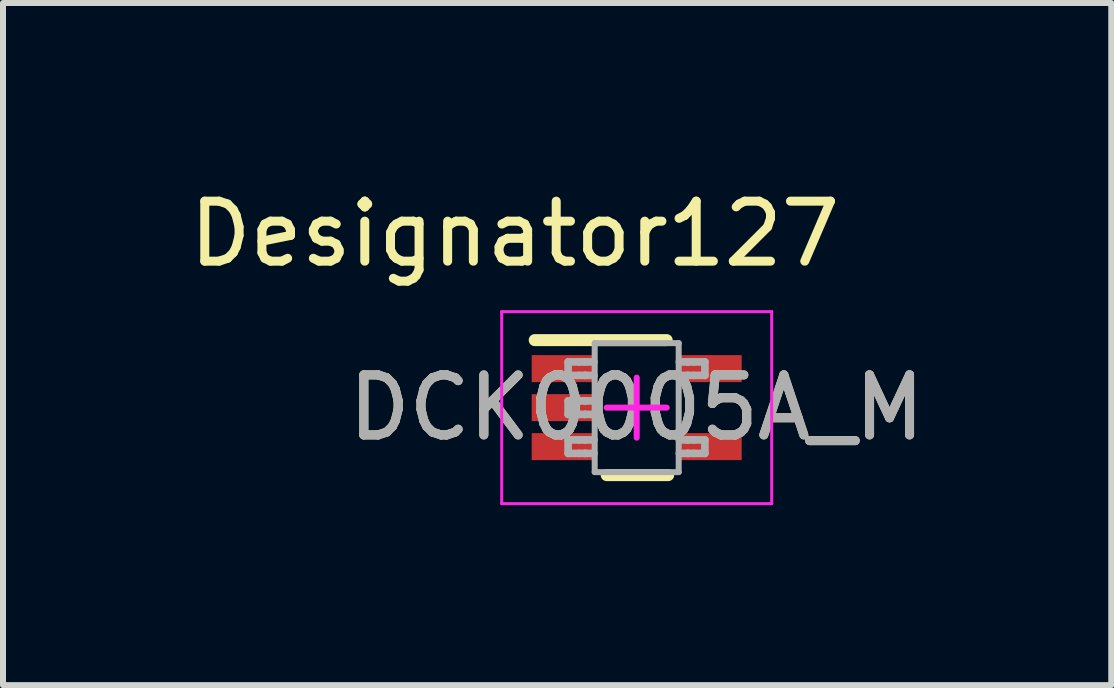
<source format=kicad_pcb>
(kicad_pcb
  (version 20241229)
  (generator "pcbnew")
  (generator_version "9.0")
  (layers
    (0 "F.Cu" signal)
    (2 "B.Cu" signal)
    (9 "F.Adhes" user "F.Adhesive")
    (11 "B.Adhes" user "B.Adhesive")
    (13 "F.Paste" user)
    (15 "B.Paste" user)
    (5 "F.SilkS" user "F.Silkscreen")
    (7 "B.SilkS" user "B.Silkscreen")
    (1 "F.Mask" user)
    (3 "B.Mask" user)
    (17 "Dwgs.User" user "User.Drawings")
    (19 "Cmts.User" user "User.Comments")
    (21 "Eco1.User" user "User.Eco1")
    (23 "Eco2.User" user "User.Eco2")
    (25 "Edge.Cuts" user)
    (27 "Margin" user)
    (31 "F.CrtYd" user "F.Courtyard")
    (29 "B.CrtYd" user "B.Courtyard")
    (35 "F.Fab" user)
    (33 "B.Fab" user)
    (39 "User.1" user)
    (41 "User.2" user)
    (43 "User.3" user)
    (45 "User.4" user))
  (footprint "DCK0005A_M"
    (layer "F.Cu")
    (at 7.562 3.744)
    (property "Reference" "DCK0005A_M" (at 0 0 0) (unlocked yes) (layer "F.SilkS") (effects (font (size 1 1) (thickness 0.15))))
    (attr smd)
    (fp_line (start -1.7 -1.125) (end 0.5 -1.125) (stroke (width 0.2) (type solid)) (layer "F.SilkS"))
    (fp_line (start -0.5 1.125) (end 0.525 1.125) (stroke (width 0.2) (type solid)) (layer "F.SilkS"))
    (fp_line (start -2.25 -1.6) (end 2.25 -1.6) (stroke (width 0.05) (type solid)) (layer "F.CrtYd"))
    (fp_line (start -2.25 1.6) (end -2.25 -1.6) (stroke (width 0.05) (type solid)) (layer "F.CrtYd"))
    (fp_line (start -2.25 1.6) (end 2.25 1.6) (stroke (width 0.05) (type solid)) (layer "F.CrtYd"))
    (fp_line (start -0.5 0) (end 0.5 0) (stroke (width 0.1) (type solid)) (layer "F.CrtYd"))
    (fp_line (start -0.000003 0.5) (end -0.000003 -0.5) (stroke (width 0.1) (type solid)) (layer "F.CrtYd"))
    (fp_line (start 2.25 1.6) (end 2.25 -1.6) (stroke (width 0.05) (type solid)) (layer "F.CrtYd"))
    (fp_line (start -1.143 -0.762) (end -0.959 -0.762) (stroke (width 0.127) (type solid)) (layer "F.Fab"))
    (fp_line (start -1.143 -0.537) (end -1.143 -0.762) (stroke (width 0.127) (type solid)) (layer "F.Fab"))
    (fp_line (start -1.143 -0.537) (end -0.959 -0.537) (stroke (width 0.127) (type solid)) (layer "F.Fab"))
    (fp_line (start -1.143 -0.112) (end -0.959 -0.112) (stroke (width 0.127) (type solid)) (layer "F.Fab"))
    (fp_line (start -1.143 0.113) (end -1.143 -0.112) (stroke (width 0.127) (type solid)) (layer "F.Fab"))
    (fp_line (start -1.143 0.113) (end -0.959 0.113) (stroke (width 0.127) (type solid)) (layer "F.Fab"))
    (fp_line (start -1.143 0.538) (end -0.959 0.538) (stroke (width 0.127) (type solid)) (layer "F.Fab"))
    (fp_line (start -1.143 0.763) (end -1.143 0.538) (stroke (width 0.127) (type solid)) (layer "F.Fab"))
    (fp_line (start -1.143 0.763) (end -0.959 0.763) (stroke (width 0.127) (type solid)) (layer "F.Fab"))
    (fp_line (start -0.959 -0.762) (end -0.711 -0.762) (stroke (width 0.127) (type solid)) (layer "F.Fab"))
    (fp_line (start -0.959 -0.537) (end -0.865 -0.537) (stroke (width 0.127) (type solid)) (layer "F.Fab"))
    (fp_line (start -0.959 -0.112) (end -0.865 -0.112) (stroke (width 0.127) (type solid)) (layer "F.Fab"))
    (fp_line (start -0.959 0.113) (end -0.865 0.113) (stroke (width 0.127) (type solid)) (layer "F.Fab"))
    (fp_line (start -0.959 0.538) (end -0.865 0.538) (stroke (width 0.127) (type solid)) (layer "F.Fab"))
    (fp_line (start -0.959 0.763) (end -0.865 0.763) (stroke (width 0.127) (type solid)) (layer "F.Fab"))
    (fp_line (start -0.865 -0.762) (end -0.853 -0.762) (stroke (width 0.127) (type solid)) (layer "F.Fab"))
    (fp_line (start -0.865 -0.537) (end -0.853 -0.537) (stroke (width 0.127) (type solid)) (layer "F.Fab"))
    (fp_line (start -0.865 -0.112) (end -0.853 -0.112) (stroke (width 0.127) (type solid)) (layer "F.Fab"))
    (fp_line (start -0.865 0.113) (end -0.853 0.113) (stroke (width 0.127) (type solid)) (layer "F.Fab"))
    (fp_line (start -0.865 0.538) (end -0.853 0.538) (stroke (width 0.127) (type solid)) (layer "F.Fab"))
    (fp_line (start -0.865 0.763) (end -0.853 0.763) (stroke (width 0.127) (type solid)) (layer "F.Fab"))
    (fp_line (start -0.853 -0.537) (end -0.711 -0.537) (stroke (width 0.127) (type solid)) (layer "F.Fab"))
    (fp_line (start -0.853 -0.112) (end -0.711 -0.112) (stroke (width 0.127) (type solid)) (layer "F.Fab"))
    (fp_line (start -0.853 0.113) (end -0.711 0.113) (stroke (width 0.127) (type solid)) (layer "F.Fab"))
    (fp_line (start -0.853 0.538) (end -0.711 0.538) (stroke (width 0.127) (type solid)) (layer "F.Fab"))
    (fp_line (start -0.853 0.763) (end -0.711 0.763) (stroke (width 0.127) (type solid)) (layer "F.Fab"))
    (fp_line (start -0.7 -1.075) (end 0.7 -1.075) (stroke (width 0.1) (type solid)) (layer "F.Fab"))
    (fp_line (start -0.7 1.075) (end -0.7 -1.075) (stroke (width 0.1) (type solid)) (layer "F.Fab"))
    (fp_line (start -0.7 1.075) (end 0.7 1.075) (stroke (width 0.1) (type solid)) (layer "F.Fab"))
    (fp_line (start 0.7 1.075) (end 0.7 -1.075) (stroke (width 0.1) (type solid)) (layer "F.Fab"))
    (fp_line (start 0.711 -0.762) (end 0.847 -0.762) (stroke (width 0.127) (type solid)) (layer "F.Fab"))
    (fp_line (start 0.711 -0.537) (end 0.847 -0.537) (stroke (width 0.127) (type solid)) (layer "F.Fab"))
    (fp_line (start 0.711 0.538) (end 0.847 0.538) (stroke (width 0.127) (type solid)) (layer "F.Fab"))
    (fp_line (start 0.711 0.763) (end 0.847 0.763) (stroke (width 0.127) (type solid)) (layer "F.Fab"))
    (fp_line (start 0.847 -0.762) (end 0.859 -0.762) (stroke (width 0.127) (type solid)) (layer "F.Fab"))
    (fp_line (start 0.847 -0.537) (end 0.859 -0.537) (stroke (width 0.127) (type solid)) (layer "F.Fab"))
    (fp_line (start 0.847 0.538) (end 0.859 0.538) (stroke (width 0.127) (type solid)) (layer "F.Fab"))
    (fp_line (start 0.847 0.763) (end 0.859 0.763) (stroke (width 0.127) (type solid)) (layer "F.Fab"))
    (fp_line (start 0.859 -0.762) (end 0.953 -0.762) (stroke (width 0.127) (type solid)) (layer "F.Fab"))
    (fp_line (start 0.859 -0.537) (end 0.953 -0.537) (stroke (width 0.127) (type solid)) (layer "F.Fab"))
    (fp_line (start 0.859 0.538) (end 0.953 0.538) (stroke (width 0.127) (type solid)) (layer "F.Fab"))
    (fp_line (start 0.859 0.763) (end 0.953 0.763) (stroke (width 0.127) (type solid)) (layer "F.Fab"))
    (fp_line (start 0.953 -0.762) (end 1.137 -0.762) (stroke (width 0.127) (type solid)) (layer "F.Fab"))
    (fp_line (start 0.953 -0.537) (end 1.137 -0.537) (stroke (width 0.127) (type solid)) (layer "F.Fab"))
    (fp_line (start 0.953 0.538) (end 1.137 0.538) (stroke (width 0.127) (type solid)) (layer "F.Fab"))
    (fp_line (start 0.953 0.763) (end 1.137 0.763) (stroke (width 0.127) (type solid)) (layer "F.Fab"))
    (fp_line (start 1.137 -0.537) (end 1.137 -0.762) (stroke (width 0.127) (type solid)) (layer "F.Fab"))
    (fp_line (start 1.137 0.763) (end 1.137 0.538) (stroke (width 0.127) (type solid)) (layer "F.Fab"))
    (fp_text user "Designator127" (at -2.032 -2.896 0) (unlocked yes) (layer "F.SilkS") (effects (font (size 1 1) (thickness 0.15))))
    (fp_text user "${REFERENCE}" (at 0 0 0) (unlocked yes) (layer "F.Fab") (effects (font (size 1 1) (thickness 0.15))))
    (pad "1" smd rect (at -1.225 -0.65 90) (size 0.45 1.05) (layers "F.Cu" "F.Mask" "F.Paste"))
    (pad "2" smd rect (at -1.225 0 90) (size 0.45 1.05) (layers "F.Cu" "F.Mask" "F.Paste"))
    (pad "3" smd rect (at -1.225 0.65 90) (size 0.45 1.05) (layers "F.Cu" "F.Mask" "F.Paste"))
    (pad "4" smd rect (at 1.225 0.65 90) (size 0.45 1.05) (layers "F.Cu" "F.Mask" "F.Paste"))
    (pad "5" smd rect (at 1.225 -0.65 90) (size 0.45 1.05) (layers "F.Cu" "F.Mask" "F.Paste")))
  (gr_rect
    (start -3 -3)
    (end 15.472 8.369)
    (stroke (width 0.1) (type default))
    (fill no)
    (layer "Edge.Cuts")))
</source>
